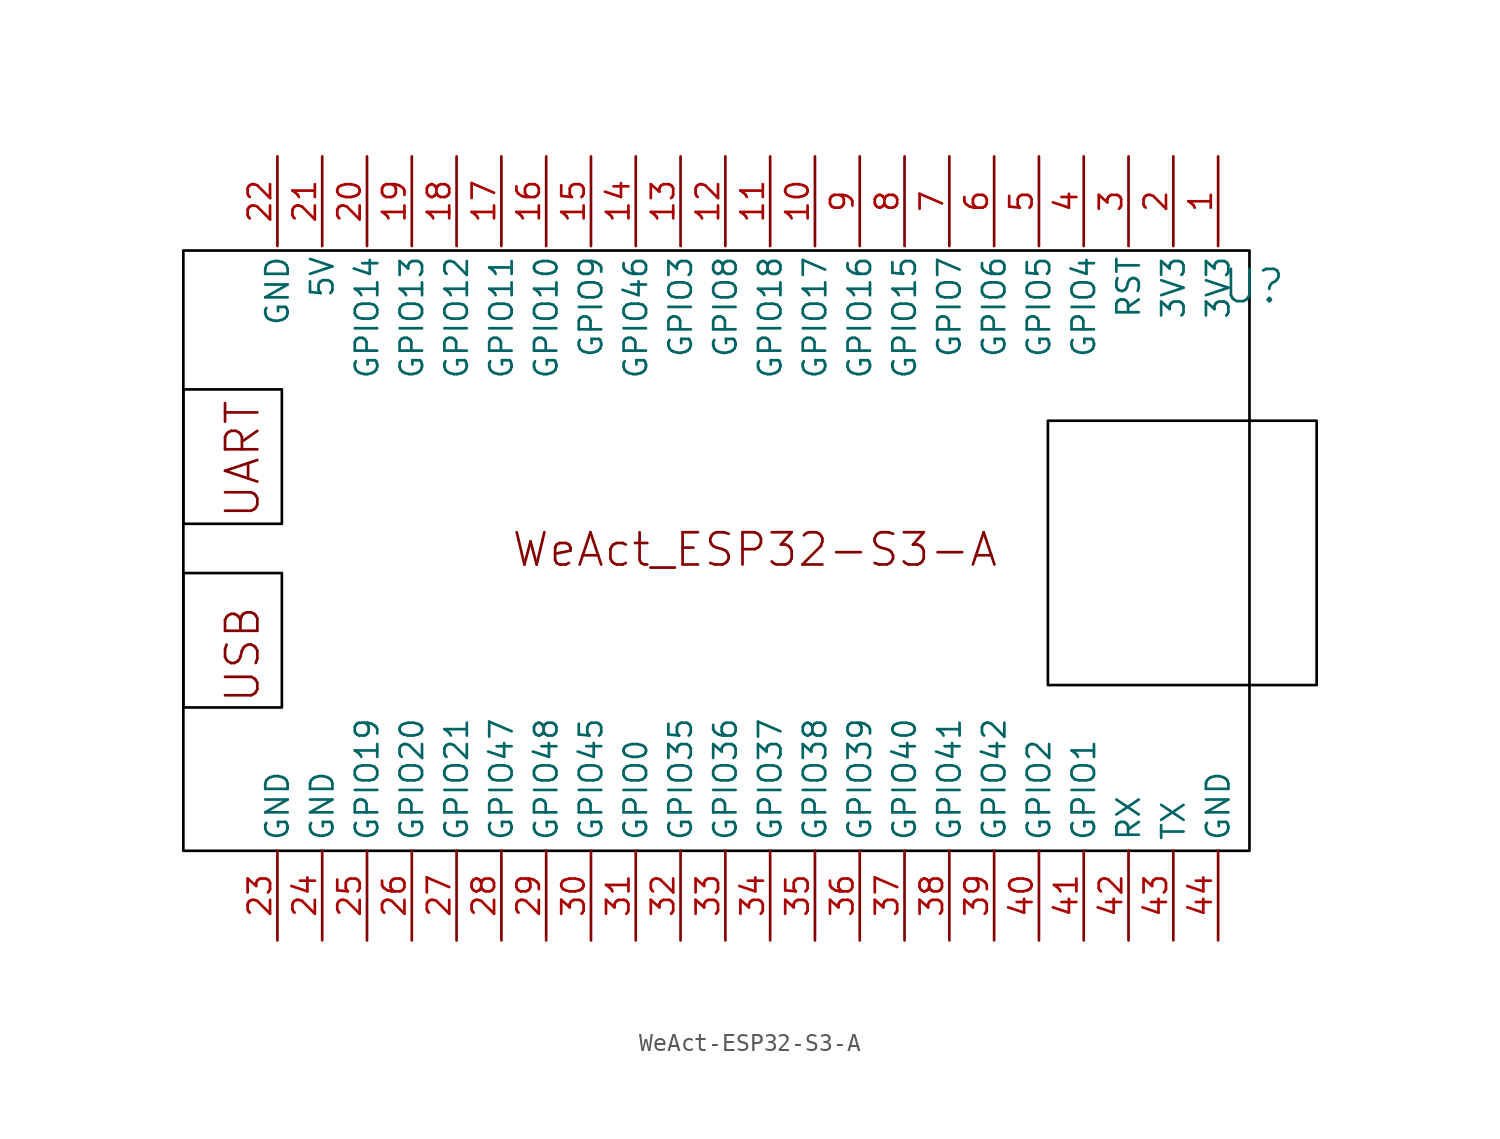
<source format=kicad_sym>
(kicad_symbol_lib
  (version 20241209)
  (generator "kicad_symbol_editor")
  (generator_version "9.0")
  (symbol "WeAct-ESP32-S3-A"
    (property "Reference" "U"
      (at 26.924 16.002 0)
      (effects (font (size 1.829 1.829))))
    (symbol "WeAct-ESP32-S3-A_1_0"
      (rectangle (start -33.782 18.034) (end 26.67 -16.002) (stroke (width 0) (type solid) (color 0 0 0 1)) (fill (type none)))
      (rectangle (start -33.782 10.16) (end -28.194 2.54) (stroke (width 0) (type solid) (color 0 0 0 1)) (fill (type none)))
      (rectangle (start -33.782 -0.254) (end -28.194 -7.874) (stroke (width 0) (type solid) (color 0 0 0 1)) (fill (type none)))
      (rectangle (start 15.24 8.382) (end 30.48 -6.604) (stroke (width 0) (type solid) (color 0 0 0 1)) (fill (type none)))
      (text "UART" (at -31.496 9.652 900) (effects (font (size 1.829 1.829)) (justify right top)))
      (text "USB" (at -31.496 -2.032 900) (effects (font (size 1.829 1.829)) (justify right top)))
      (text "WeAct_ESP32-S3-A" (at -15.24 0 0) (effects (font (size 1.829 1.829)) (justify left bottom)))
      (pin passive line (at -28.448 23.368 270) (length 5.08) (name "GND" (effects (font (size 1.27 1.27)))) (number "22" (effects (font (size 1.27 1.27)))))
      (pin passive line (at -28.448 -21.082 90) (length 5.08) (name "GND" (effects (font (size 1.27 1.27)))) (number "23" (effects (font (size 1.27 1.27)))))
      (pin passive line (at -25.908 23.368 270) (length 5.08) (name "5V" (effects (font (size 1.27 1.27)))) (number "21" (effects (font (size 1.27 1.27)))))
      (pin passive line (at -25.908 -21.082 90) (length 5.08) (name "GND" (effects (font (size 1.27 1.27)))) (number "24" (effects (font (size 1.27 1.27)))))
      (pin passive line (at -23.368 23.368 270) (length 5.08) (name "GPIO14" (effects (font (size 1.27 1.27)))) (number "20" (effects (font (size 1.27 1.27)))))
      (pin passive line (at -23.368 -21.082 90) (length 5.08) (name "GPIO19" (effects (font (size 1.27 1.27)))) (number "25" (effects (font (size 1.27 1.27)))))
      (pin passive line (at -20.828 23.368 270) (length 5.08) (name "GPIO13" (effects (font (size 1.27 1.27)))) (number "19" (effects (font (size 1.27 1.27)))))
      (pin passive line (at -20.828 -21.082 90) (length 5.08) (name "GPIO20" (effects (font (size 1.27 1.27)))) (number "26" (effects (font (size 1.27 1.27)))))
      (pin passive line (at -18.288 23.368 270) (length 5.08) (name "GPIO12" (effects (font (size 1.27 1.27)))) (number "18" (effects (font (size 1.27 1.27)))))
      (pin passive line (at -18.288 -21.082 90) (length 5.08) (name "GPIO21" (effects (font (size 1.27 1.27)))) (number "27" (effects (font (size 1.27 1.27)))))
      (pin passive line (at -15.748 23.368 270) (length 5.08) (name "GPIO11" (effects (font (size 1.27 1.27)))) (number "17" (effects (font (size 1.27 1.27)))))
      (pin passive line (at -15.748 -21.082 90) (length 5.08) (name "GPIO47" (effects (font (size 1.27 1.27)))) (number "28" (effects (font (size 1.27 1.27)))))
      (pin passive line (at -13.208 23.368 270) (length 5.08) (name "GPIO10" (effects (font (size 1.27 1.27)))) (number "16" (effects (font (size 1.27 1.27)))))
      (pin passive line (at -13.208 -21.082 90) (length 5.08) (name "GPIO48" (effects (font (size 1.27 1.27)))) (number "29" (effects (font (size 1.27 1.27)))))
      (pin passive line (at -10.668 23.368 270) (length 5.08) (name "GPIO9" (effects (font (size 1.27 1.27)))) (number "15" (effects (font (size 1.27 1.27)))))
      (pin passive line (at -10.668 -21.082 90) (length 5.08) (name "GPIO45" (effects (font (size 1.27 1.27)))) (number "30" (effects (font (size 1.27 1.27)))))
      (pin passive line (at -8.128 23.368 270) (length 5.08) (name "GPIO46" (effects (font (size 1.27 1.27)))) (number "14" (effects (font (size 1.27 1.27)))))
      (pin passive line (at -8.128 -21.082 90) (length 5.08) (name "GPIO0" (effects (font (size 1.27 1.27)))) (number "31" (effects (font (size 1.27 1.27)))))
      (pin passive line (at -5.588 23.368 270) (length 5.08) (name "GPIO3" (effects (font (size 1.27 1.27)))) (number "13" (effects (font (size 1.27 1.27)))))
      (pin passive line (at -5.588 -21.082 90) (length 5.08) (name "GPIO35" (effects (font (size 1.27 1.27)))) (number "32" (effects (font (size 1.27 1.27)))))
      (pin passive line (at -3.048 23.368 270) (length 5.08) (name "GPIO8" (effects (font (size 1.27 1.27)))) (number "12" (effects (font (size 1.27 1.27)))))
      (pin passive line (at -3.048 -21.082 90) (length 5.08) (name "GPIO36" (effects (font (size 1.27 1.27)))) (number "33" (effects (font (size 1.27 1.27)))))
      (pin passive line (at -0.508 23.368 270) (length 5.08) (name "GPIO18" (effects (font (size 1.27 1.27)))) (number "11" (effects (font (size 1.27 1.27)))))
      (pin passive line (at -0.508 -21.082 90) (length 5.08) (name "GPIO37" (effects (font (size 1.27 1.27)))) (number "34" (effects (font (size 1.27 1.27)))))
      (pin passive line (at 2.032 23.368 270) (length 5.08) (name "GPIO17" (effects (font (size 1.27 1.27)))) (number "10" (effects (font (size 1.27 1.27)))))
      (pin passive line (at 2.032 -21.082 90) (length 5.08) (name "GPIO38" (effects (font (size 1.27 1.27)))) (number "35" (effects (font (size 1.27 1.27)))))
      (pin passive line (at 4.572 23.368 270) (length 5.08) (name "GPIO16" (effects (font (size 1.27 1.27)))) (number "9" (effects (font (size 1.27 1.27)))))
      (pin passive line (at 4.572 -21.082 90) (length 5.08) (name "GPIO39" (effects (font (size 1.27 1.27)))) (number "36" (effects (font (size 1.27 1.27)))))
      (pin passive line (at 7.112 23.368 270) (length 5.08) (name "GPIO15" (effects (font (size 1.27 1.27)))) (number "8" (effects (font (size 1.27 1.27)))))
      (pin passive line (at 7.112 -21.082 90) (length 5.08) (name "GPIO40" (effects (font (size 1.27 1.27)))) (number "37" (effects (font (size 1.27 1.27)))))
      (pin passive line (at 9.652 23.368 270) (length 5.08) (name "GPIO7" (effects (font (size 1.27 1.27)))) (number "7" (effects (font (size 1.27 1.27)))))
      (pin passive line (at 9.652 -21.082 90) (length 5.08) (name "GPIO41" (effects (font (size 1.27 1.27)))) (number "38" (effects (font (size 1.27 1.27)))))
      (pin passive line (at 12.192 23.368 270) (length 5.08) (name "GPIO6" (effects (font (size 1.27 1.27)))) (number "6" (effects (font (size 1.27 1.27)))))
      (pin passive line (at 12.192 -21.082 90) (length 5.08) (name "GPIO42" (effects (font (size 1.27 1.27)))) (number "39" (effects (font (size 1.27 1.27)))))
      (pin passive line (at 14.732 23.368 270) (length 5.08) (name "GPIO5" (effects (font (size 1.27 1.27)))) (number "5" (effects (font (size 1.27 1.27)))))
      (pin passive line (at 14.732 -21.082 90) (length 5.08) (name "GPIO2" (effects (font (size 1.27 1.27)))) (number "40" (effects (font (size 1.27 1.27)))))
      (pin passive line (at 17.272 23.368 270) (length 5.08) (name "GPIO4" (effects (font (size 1.27 1.27)))) (number "4" (effects (font (size 1.27 1.27)))))
      (pin passive line (at 17.272 -21.082 90) (length 5.08) (name "GPIO1" (effects (font (size 1.27 1.27)))) (number "41" (effects (font (size 1.27 1.27)))))
      (pin passive line (at 19.812 23.368 270) (length 5.08) (name "RST" (effects (font (size 1.27 1.27)))) (number "3" (effects (font (size 1.27 1.27)))))
      (pin passive line (at 19.812 -21.082 90) (length 5.08) (name "RX" (effects (font (size 1.27 1.27)))) (number "42" (effects (font (size 1.27 1.27)))))
      (pin passive line (at 22.352 23.368 270) (length 5.08) (name "3V3" (effects (font (size 1.27 1.27)))) (number "2" (effects (font (size 1.27 1.27)))))
      (pin passive line (at 22.352 -21.082 90) (length 5.08) (name "TX" (effects (font (size 1.27 1.27)))) (number "43" (effects (font (size 1.27 1.27)))))
      (pin passive line (at 24.892 23.368 270) (length 5.08) (name "3V3" (effects (font (size 1.27 1.27)))) (number "1" (effects (font (size 1.27 1.27)))))
      (pin passive line (at 24.892 -21.082 90) (length 5.08) (name "GND" (effects (font (size 1.27 1.27)))) (number "44" (effects (font (size 1.27 1.27))))))))
</source>
